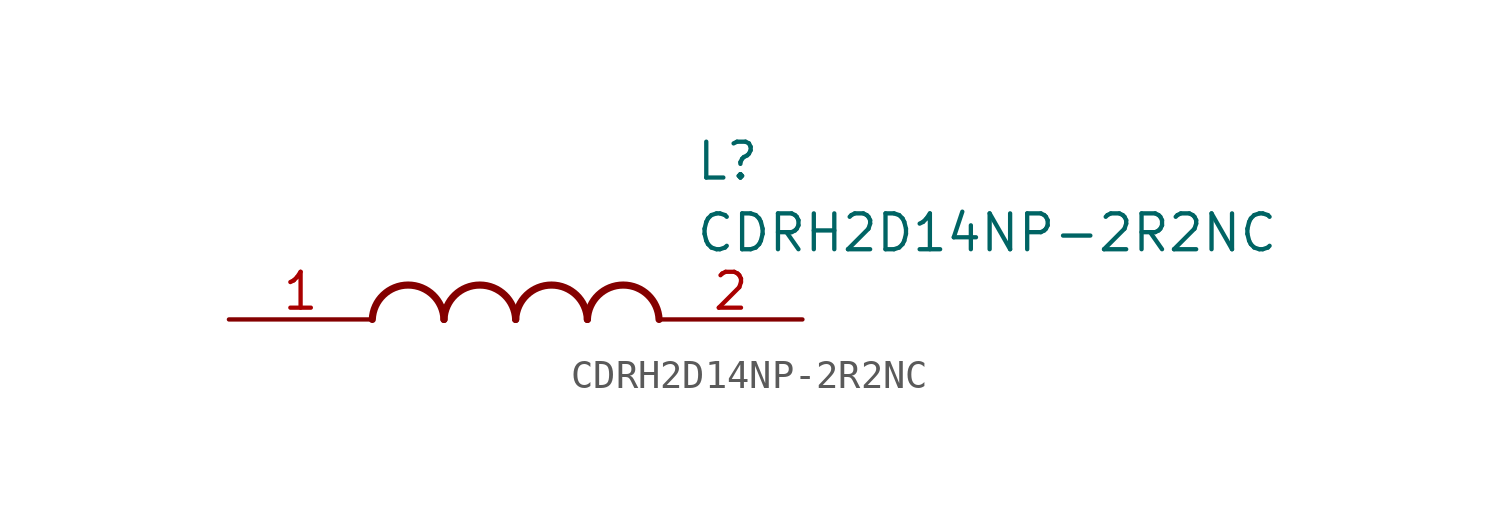
<source format=kicad_sym>
(kicad_symbol_lib
  (version 20211014)
  (generator SamacSys_ECAD_Model)
  (symbol "CDRH2D14NP-2R2NC"
    (pin_names hide)
    (property "Reference" "L"
      (at 16.51 6.35 0)
      (effects (font (size 1.27 1.27)) (justify left top)))
    (property "Value" "CDRH2D14NP-2R2NC"
      (at 16.51 3.81 0)
      (effects (font (size 1.27 1.27)) (justify left top)))
    (arc
      (start 7.62 0)
      (mid 6.35 1.219)
      (end 5.08 0)
      (stroke (width 0.254) (type default))
      (fill (type none)))
    (arc
      (start 10.16 0)
      (mid 8.89 1.219)
      (end 7.62 0)
      (stroke (width 0.254) (type default))
      (fill (type none)))
    (arc
      (start 12.7 0)
      (mid 11.43 1.219)
      (end 10.16 0)
      (stroke (width 0.254) (type default))
      (fill (type none)))
    (arc
      (start 15.24 0)
      (mid 13.97 1.219)
      (end 12.7 0)
      (stroke (width 0.254) (type default))
      (fill (type none)))
    (pin passive line
      (at 0 0 0)
      (length 5.08)
      (name "1" (effects (font (size 1.27 1.27))))
      (number "1" (effects (font (size 1.27 1.27)))))
    (pin passive line
      (at 20.32 0 180)
      (length 5.08)
      (name "2" (effects (font (size 1.27 1.27))))
      (number "2" (effects (font (size 1.27 1.27)))))))
</source>
